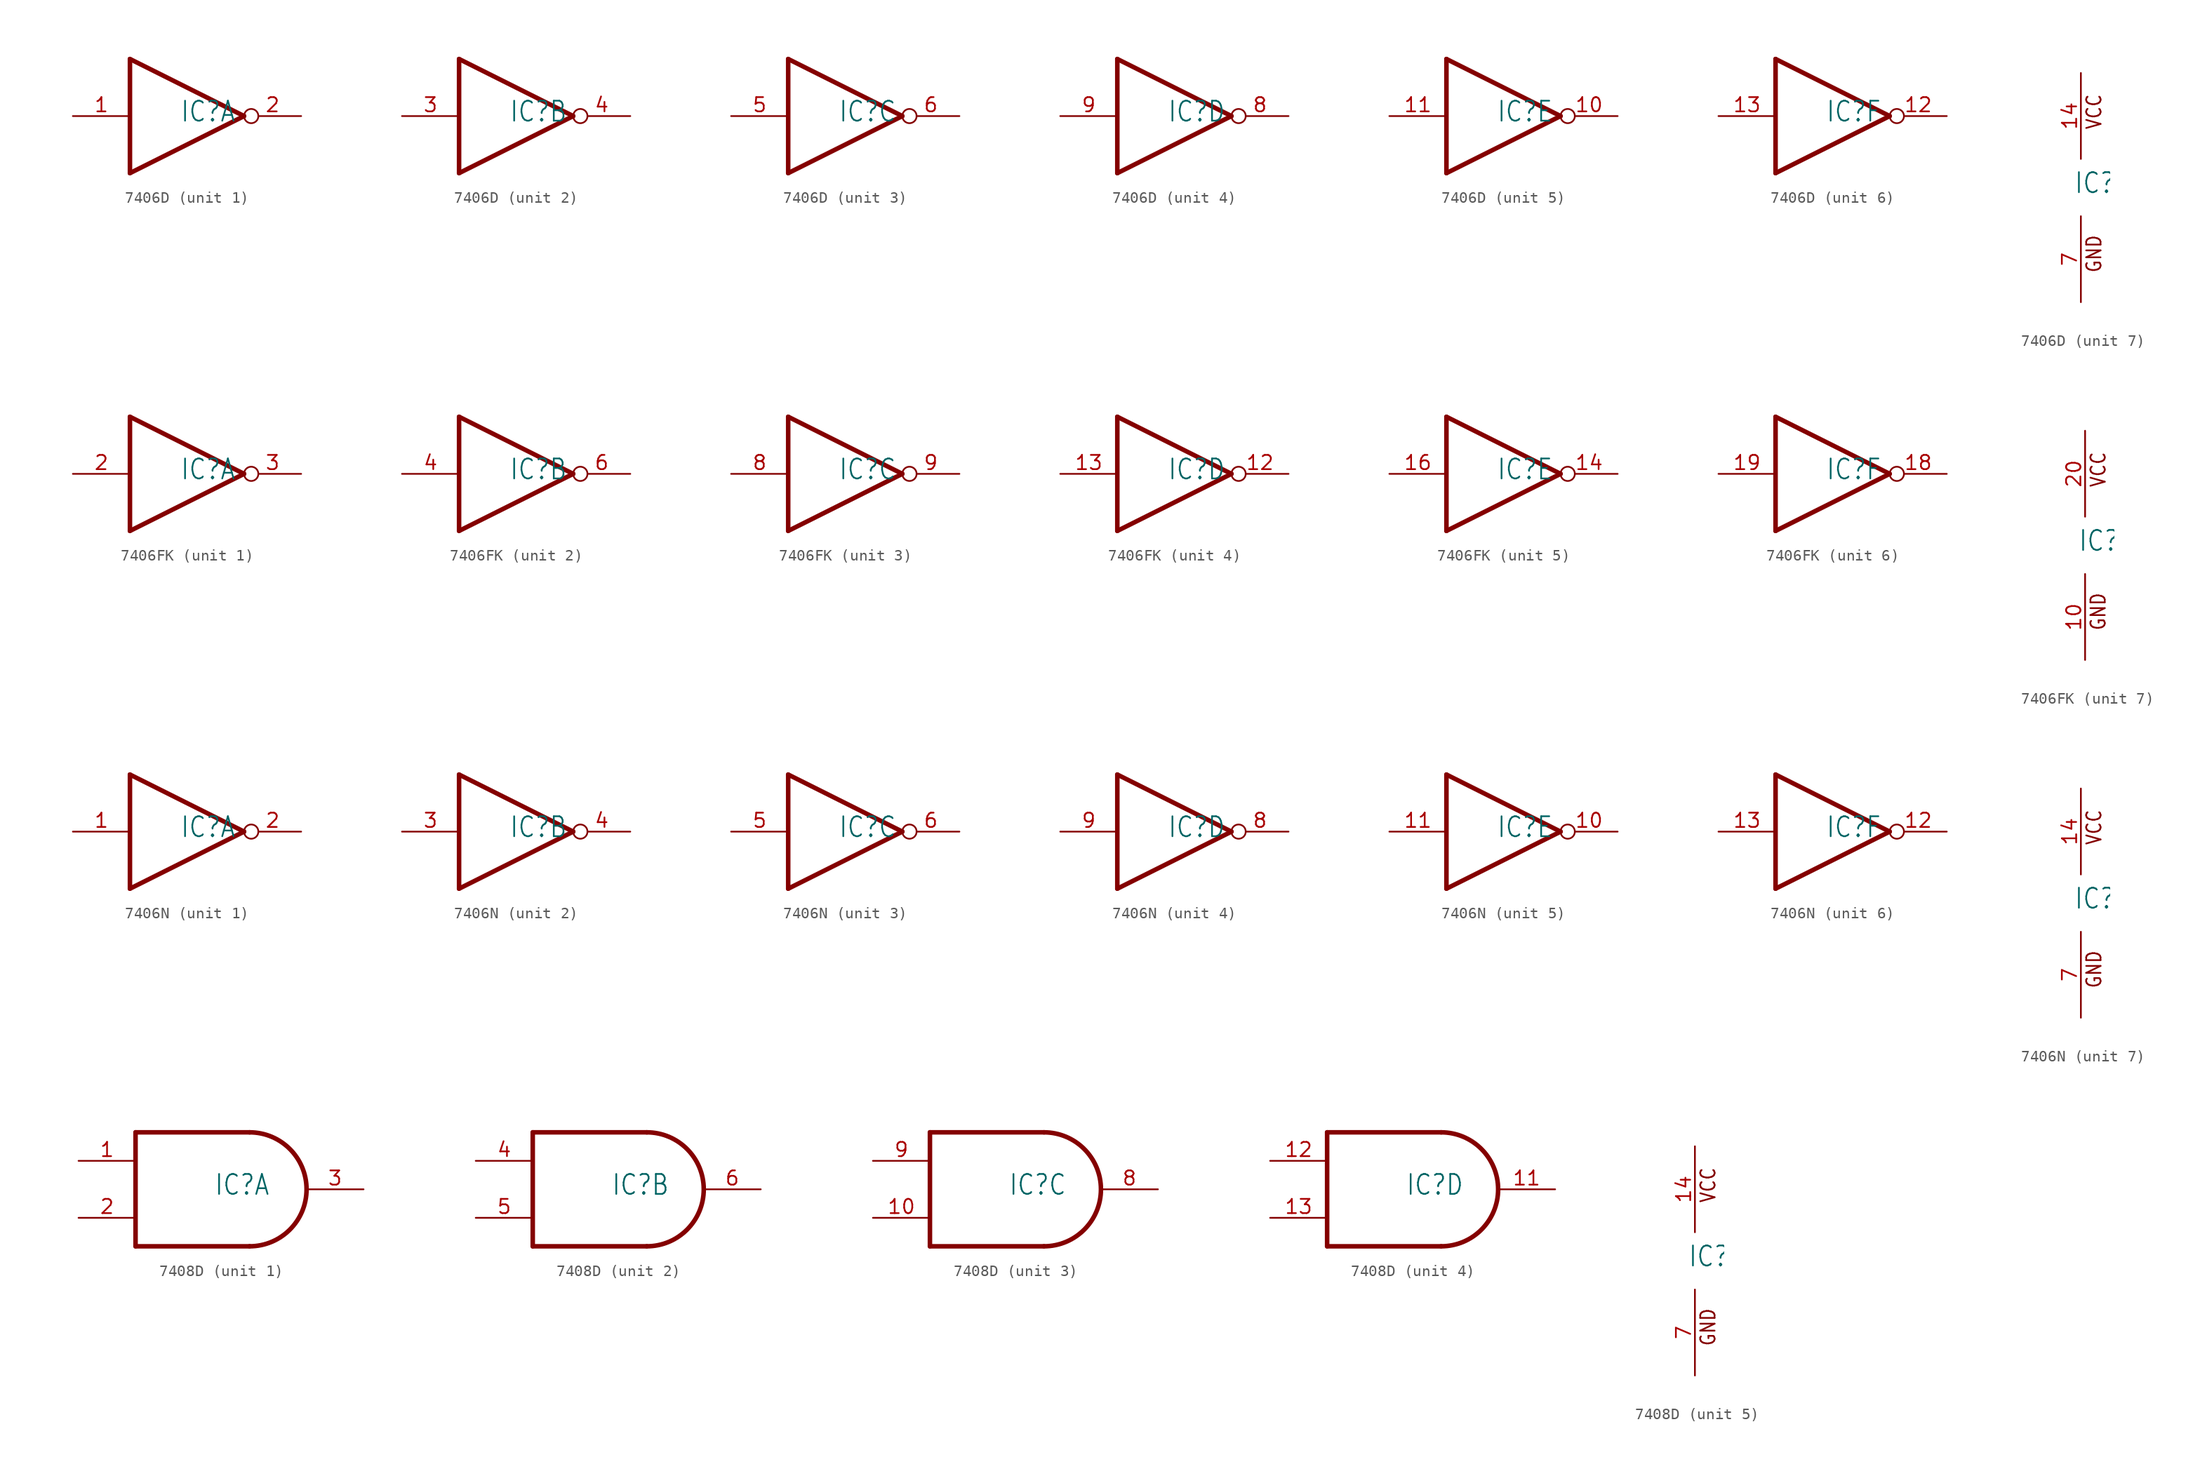
<source format=kicad_sym>
(kicad_symbol_lib
  (version 20220914)
  (generator kicad_symbol_editor)
  (symbol "7406D"
    (property "Reference" "IC"
      (at -0.635 -0.635 0)
      (effects (font (size 1.778 1.511)) (justify left bottom)))
    (property "ki_locked" ""
      (at 0 0 0)
      (effects (font (size 1.27 1.27))))
    (symbol "7406D_1_0"
      (polyline (pts (xy -5.08 -5.08) (xy -5.08 5.08)) (stroke (width 0.406) (type default)) (fill (type none)))
      (polyline (pts (xy -5.08 5.08) (xy 5.08 0)) (stroke (width 0.406) (type default)) (fill (type none)))
      (polyline (pts (xy 5.08 0) (xy -5.08 -5.08)) (stroke (width 0.406) (type default)) (fill (type none)))
      (pin input line (at -10.16 0 0) (length 5.08) (name "I" (effects (font (size 0 0)))) (number "1" (effects (font (size 1.27 1.27)))))
      (pin open_collector inverted (at 10.16 0 180) (length 5.08) (name "O" (effects (font (size 0 0)))) (number "2" (effects (font (size 1.27 1.27))))))
    (symbol "7406D_2_0"
      (polyline (pts (xy -5.08 -5.08) (xy -5.08 5.08)) (stroke (width 0.406) (type default)) (fill (type none)))
      (polyline (pts (xy -5.08 5.08) (xy 5.08 0)) (stroke (width 0.406) (type default)) (fill (type none)))
      (polyline (pts (xy 5.08 0) (xy -5.08 -5.08)) (stroke (width 0.406) (type default)) (fill (type none)))
      (pin input line (at -10.16 0 0) (length 5.08) (name "I" (effects (font (size 0 0)))) (number "3" (effects (font (size 1.27 1.27)))))
      (pin open_collector inverted (at 10.16 0 180) (length 5.08) (name "O" (effects (font (size 0 0)))) (number "4" (effects (font (size 1.27 1.27))))))
    (symbol "7406D_3_0"
      (polyline (pts (xy -5.08 -5.08) (xy -5.08 5.08)) (stroke (width 0.406) (type default)) (fill (type none)))
      (polyline (pts (xy -5.08 5.08) (xy 5.08 0)) (stroke (width 0.406) (type default)) (fill (type none)))
      (polyline (pts (xy 5.08 0) (xy -5.08 -5.08)) (stroke (width 0.406) (type default)) (fill (type none)))
      (pin input line (at -10.16 0 0) (length 5.08) (name "I" (effects (font (size 0 0)))) (number "5" (effects (font (size 1.27 1.27)))))
      (pin open_collector inverted (at 10.16 0 180) (length 5.08) (name "O" (effects (font (size 0 0)))) (number "6" (effects (font (size 1.27 1.27))))))
    (symbol "7406D_4_0"
      (polyline (pts (xy -5.08 -5.08) (xy -5.08 5.08)) (stroke (width 0.406) (type default)) (fill (type none)))
      (polyline (pts (xy -5.08 5.08) (xy 5.08 0)) (stroke (width 0.406) (type default)) (fill (type none)))
      (polyline (pts (xy 5.08 0) (xy -5.08 -5.08)) (stroke (width 0.406) (type default)) (fill (type none)))
      (pin open_collector inverted (at 10.16 0 180) (length 5.08) (name "O" (effects (font (size 0 0)))) (number "8" (effects (font (size 1.27 1.27)))))
      (pin input line (at -10.16 0 0) (length 5.08) (name "I" (effects (font (size 0 0)))) (number "9" (effects (font (size 1.27 1.27))))))
    (symbol "7406D_5_0"
      (polyline (pts (xy -5.08 -5.08) (xy -5.08 5.08)) (stroke (width 0.406) (type default)) (fill (type none)))
      (polyline (pts (xy -5.08 5.08) (xy 5.08 0)) (stroke (width 0.406) (type default)) (fill (type none)))
      (polyline (pts (xy 5.08 0) (xy -5.08 -5.08)) (stroke (width 0.406) (type default)) (fill (type none)))
      (pin open_collector inverted (at 10.16 0 180) (length 5.08) (name "O" (effects (font (size 0 0)))) (number "10" (effects (font (size 1.27 1.27)))))
      (pin input line (at -10.16 0 0) (length 5.08) (name "I" (effects (font (size 0 0)))) (number "11" (effects (font (size 1.27 1.27))))))
    (symbol "7406D_6_0"
      (polyline (pts (xy -5.08 -5.08) (xy -5.08 5.08)) (stroke (width 0.406) (type default)) (fill (type none)))
      (polyline (pts (xy -5.08 5.08) (xy 5.08 0)) (stroke (width 0.406) (type default)) (fill (type none)))
      (polyline (pts (xy 5.08 0) (xy -5.08 -5.08)) (stroke (width 0.406) (type default)) (fill (type none)))
      (pin open_collector inverted (at 10.16 0 180) (length 5.08) (name "O" (effects (font (size 0 0)))) (number "12" (effects (font (size 1.27 1.27)))))
      (pin input line (at -10.16 0 0) (length 5.08) (name "I" (effects (font (size 0 0)))) (number "13" (effects (font (size 1.27 1.27))))))
    (symbol "7406D_7_0"
      (text "GND" (at 1.905 -7.62 900) (effects (font (size 1.27 1.079)) (justify left bottom)))
      (text "VCC" (at 1.905 5.08 900) (effects (font (size 1.27 1.079)) (justify left bottom)))
      (pin power_in line (at 0 10.16 270) (length 7.62) (name "VCC" (effects (font (size 0 0)))) (number "14" (effects (font (size 1.27 1.27)))))
      (pin power_in line (at 0 -10.16 90) (length 7.62) (name "GND" (effects (font (size 0 0)))) (number "7" (effects (font (size 1.27 1.27)))))))
  (symbol "7406FK"
    (property "Reference" "IC"
      (at -0.635 -0.635 0)
      (effects (font (size 1.778 1.511)) (justify left bottom)))
    (property "ki_locked" ""
      (at 0 0 0)
      (effects (font (size 1.27 1.27))))
    (symbol "7406FK_1_0"
      (polyline (pts (xy -5.08 -5.08) (xy -5.08 5.08)) (stroke (width 0.406) (type default)) (fill (type none)))
      (polyline (pts (xy -5.08 5.08) (xy 5.08 0)) (stroke (width 0.406) (type default)) (fill (type none)))
      (polyline (pts (xy 5.08 0) (xy -5.08 -5.08)) (stroke (width 0.406) (type default)) (fill (type none)))
      (pin input line (at -10.16 0 0) (length 5.08) (name "I" (effects (font (size 0 0)))) (number "2" (effects (font (size 1.27 1.27)))))
      (pin open_collector inverted (at 10.16 0 180) (length 5.08) (name "O" (effects (font (size 0 0)))) (number "3" (effects (font (size 1.27 1.27))))))
    (symbol "7406FK_2_0"
      (polyline (pts (xy -5.08 -5.08) (xy -5.08 5.08)) (stroke (width 0.406) (type default)) (fill (type none)))
      (polyline (pts (xy -5.08 5.08) (xy 5.08 0)) (stroke (width 0.406) (type default)) (fill (type none)))
      (polyline (pts (xy 5.08 0) (xy -5.08 -5.08)) (stroke (width 0.406) (type default)) (fill (type none)))
      (pin input line (at -10.16 0 0) (length 5.08) (name "I" (effects (font (size 0 0)))) (number "4" (effects (font (size 1.27 1.27)))))
      (pin open_collector inverted (at 10.16 0 180) (length 5.08) (name "O" (effects (font (size 0 0)))) (number "6" (effects (font (size 1.27 1.27))))))
    (symbol "7406FK_3_0"
      (polyline (pts (xy -5.08 -5.08) (xy -5.08 5.08)) (stroke (width 0.406) (type default)) (fill (type none)))
      (polyline (pts (xy -5.08 5.08) (xy 5.08 0)) (stroke (width 0.406) (type default)) (fill (type none)))
      (polyline (pts (xy 5.08 0) (xy -5.08 -5.08)) (stroke (width 0.406) (type default)) (fill (type none)))
      (pin input line (at -10.16 0 0) (length 5.08) (name "I" (effects (font (size 0 0)))) (number "8" (effects (font (size 1.27 1.27)))))
      (pin open_collector inverted (at 10.16 0 180) (length 5.08) (name "O" (effects (font (size 0 0)))) (number "9" (effects (font (size 1.27 1.27))))))
    (symbol "7406FK_4_0"
      (polyline (pts (xy -5.08 -5.08) (xy -5.08 5.08)) (stroke (width 0.406) (type default)) (fill (type none)))
      (polyline (pts (xy -5.08 5.08) (xy 5.08 0)) (stroke (width 0.406) (type default)) (fill (type none)))
      (polyline (pts (xy 5.08 0) (xy -5.08 -5.08)) (stroke (width 0.406) (type default)) (fill (type none)))
      (pin open_collector inverted (at 10.16 0 180) (length 5.08) (name "O" (effects (font (size 0 0)))) (number "12" (effects (font (size 1.27 1.27)))))
      (pin input line (at -10.16 0 0) (length 5.08) (name "I" (effects (font (size 0 0)))) (number "13" (effects (font (size 1.27 1.27))))))
    (symbol "7406FK_5_0"
      (polyline (pts (xy -5.08 -5.08) (xy -5.08 5.08)) (stroke (width 0.406) (type default)) (fill (type none)))
      (polyline (pts (xy -5.08 5.08) (xy 5.08 0)) (stroke (width 0.406) (type default)) (fill (type none)))
      (polyline (pts (xy 5.08 0) (xy -5.08 -5.08)) (stroke (width 0.406) (type default)) (fill (type none)))
      (pin open_collector inverted (at 10.16 0 180) (length 5.08) (name "O" (effects (font (size 0 0)))) (number "14" (effects (font (size 1.27 1.27)))))
      (pin input line (at -10.16 0 0) (length 5.08) (name "I" (effects (font (size 0 0)))) (number "16" (effects (font (size 1.27 1.27))))))
    (symbol "7406FK_6_0"
      (polyline (pts (xy -5.08 -5.08) (xy -5.08 5.08)) (stroke (width 0.406) (type default)) (fill (type none)))
      (polyline (pts (xy -5.08 5.08) (xy 5.08 0)) (stroke (width 0.406) (type default)) (fill (type none)))
      (polyline (pts (xy 5.08 0) (xy -5.08 -5.08)) (stroke (width 0.406) (type default)) (fill (type none)))
      (pin open_collector inverted (at 10.16 0 180) (length 5.08) (name "O" (effects (font (size 0 0)))) (number "18" (effects (font (size 1.27 1.27)))))
      (pin input line (at -10.16 0 0) (length 5.08) (name "I" (effects (font (size 0 0)))) (number "19" (effects (font (size 1.27 1.27))))))
    (symbol "7406FK_7_0"
      (text "GND" (at 1.905 -7.62 900) (effects (font (size 1.27 1.079)) (justify left bottom)))
      (text "VCC" (at 1.905 5.08 900) (effects (font (size 1.27 1.079)) (justify left bottom)))
      (pin power_in line (at 0 -10.16 90) (length 7.62) (name "GND" (effects (font (size 0 0)))) (number "10" (effects (font (size 1.27 1.27)))))
      (pin power_in line (at 0 10.16 270) (length 7.62) (name "VCC" (effects (font (size 0 0)))) (number "20" (effects (font (size 1.27 1.27)))))))
  (symbol "7406N"
    (property "Reference" "IC"
      (at -0.635 -0.635 0)
      (effects (font (size 1.778 1.511)) (justify left bottom)))
    (property "ki_locked" ""
      (at 0 0 0)
      (effects (font (size 1.27 1.27))))
    (symbol "7406N_1_0"
      (polyline (pts (xy -5.08 -5.08) (xy -5.08 5.08)) (stroke (width 0.406) (type default)) (fill (type none)))
      (polyline (pts (xy -5.08 5.08) (xy 5.08 0)) (stroke (width 0.406) (type default)) (fill (type none)))
      (polyline (pts (xy 5.08 0) (xy -5.08 -5.08)) (stroke (width 0.406) (type default)) (fill (type none)))
      (pin input line (at -10.16 0 0) (length 5.08) (name "I" (effects (font (size 0 0)))) (number "1" (effects (font (size 1.27 1.27)))))
      (pin open_collector inverted (at 10.16 0 180) (length 5.08) (name "O" (effects (font (size 0 0)))) (number "2" (effects (font (size 1.27 1.27))))))
    (symbol "7406N_2_0"
      (polyline (pts (xy -5.08 -5.08) (xy -5.08 5.08)) (stroke (width 0.406) (type default)) (fill (type none)))
      (polyline (pts (xy -5.08 5.08) (xy 5.08 0)) (stroke (width 0.406) (type default)) (fill (type none)))
      (polyline (pts (xy 5.08 0) (xy -5.08 -5.08)) (stroke (width 0.406) (type default)) (fill (type none)))
      (pin input line (at -10.16 0 0) (length 5.08) (name "I" (effects (font (size 0 0)))) (number "3" (effects (font (size 1.27 1.27)))))
      (pin open_collector inverted (at 10.16 0 180) (length 5.08) (name "O" (effects (font (size 0 0)))) (number "4" (effects (font (size 1.27 1.27))))))
    (symbol "7406N_3_0"
      (polyline (pts (xy -5.08 -5.08) (xy -5.08 5.08)) (stroke (width 0.406) (type default)) (fill (type none)))
      (polyline (pts (xy -5.08 5.08) (xy 5.08 0)) (stroke (width 0.406) (type default)) (fill (type none)))
      (polyline (pts (xy 5.08 0) (xy -5.08 -5.08)) (stroke (width 0.406) (type default)) (fill (type none)))
      (pin input line (at -10.16 0 0) (length 5.08) (name "I" (effects (font (size 0 0)))) (number "5" (effects (font (size 1.27 1.27)))))
      (pin open_collector inverted (at 10.16 0 180) (length 5.08) (name "O" (effects (font (size 0 0)))) (number "6" (effects (font (size 1.27 1.27))))))
    (symbol "7406N_4_0"
      (polyline (pts (xy -5.08 -5.08) (xy -5.08 5.08)) (stroke (width 0.406) (type default)) (fill (type none)))
      (polyline (pts (xy -5.08 5.08) (xy 5.08 0)) (stroke (width 0.406) (type default)) (fill (type none)))
      (polyline (pts (xy 5.08 0) (xy -5.08 -5.08)) (stroke (width 0.406) (type default)) (fill (type none)))
      (pin open_collector inverted (at 10.16 0 180) (length 5.08) (name "O" (effects (font (size 0 0)))) (number "8" (effects (font (size 1.27 1.27)))))
      (pin input line (at -10.16 0 0) (length 5.08) (name "I" (effects (font (size 0 0)))) (number "9" (effects (font (size 1.27 1.27))))))
    (symbol "7406N_5_0"
      (polyline (pts (xy -5.08 -5.08) (xy -5.08 5.08)) (stroke (width 0.406) (type default)) (fill (type none)))
      (polyline (pts (xy -5.08 5.08) (xy 5.08 0)) (stroke (width 0.406) (type default)) (fill (type none)))
      (polyline (pts (xy 5.08 0) (xy -5.08 -5.08)) (stroke (width 0.406) (type default)) (fill (type none)))
      (pin open_collector inverted (at 10.16 0 180) (length 5.08) (name "O" (effects (font (size 0 0)))) (number "10" (effects (font (size 1.27 1.27)))))
      (pin input line (at -10.16 0 0) (length 5.08) (name "I" (effects (font (size 0 0)))) (number "11" (effects (font (size 1.27 1.27))))))
    (symbol "7406N_6_0"
      (polyline (pts (xy -5.08 -5.08) (xy -5.08 5.08)) (stroke (width 0.406) (type default)) (fill (type none)))
      (polyline (pts (xy -5.08 5.08) (xy 5.08 0)) (stroke (width 0.406) (type default)) (fill (type none)))
      (polyline (pts (xy 5.08 0) (xy -5.08 -5.08)) (stroke (width 0.406) (type default)) (fill (type none)))
      (pin open_collector inverted (at 10.16 0 180) (length 5.08) (name "O" (effects (font (size 0 0)))) (number "12" (effects (font (size 1.27 1.27)))))
      (pin input line (at -10.16 0 0) (length 5.08) (name "I" (effects (font (size 0 0)))) (number "13" (effects (font (size 1.27 1.27))))))
    (symbol "7406N_7_0"
      (text "GND" (at 1.905 -7.62 900) (effects (font (size 1.27 1.079)) (justify left bottom)))
      (text "VCC" (at 1.905 5.08 900) (effects (font (size 1.27 1.079)) (justify left bottom)))
      (pin power_in line (at 0 10.16 270) (length 7.62) (name "VCC" (effects (font (size 0 0)))) (number "14" (effects (font (size 1.27 1.27)))))
      (pin power_in line (at 0 -10.16 90) (length 7.62) (name "GND" (effects (font (size 0 0)))) (number "7" (effects (font (size 1.27 1.27)))))))
  (symbol "7408D"
    (property "Reference" "IC"
      (at -0.635 -0.635 0)
      (effects (font (size 1.778 1.511)) (justify left bottom)))
    (property "ki_locked" ""
      (at 0 0 0)
      (effects (font (size 1.27 1.27))))
    (symbol "7408D_1_0"
      (polyline (pts (xy -7.62 -5.08) (xy 2.54 -5.08)) (stroke (width 0.406) (type default)) (fill (type none)))
      (polyline (pts (xy -7.62 5.08) (xy -7.62 -5.08)) (stroke (width 0.406) (type default)) (fill (type none)))
      (polyline (pts (xy 2.54 5.08) (xy -7.62 5.08)) (stroke (width 0.406) (type default)) (fill (type none)))
      (arc (start 2.54 -5.08) (mid 7.6199 0) (end 2.54 5.08) (stroke (width 0.4064) (type default)) (fill (type none)))
      (pin input line (at -12.7 2.54 0) (length 5.08) (name "I0" (effects (font (size 0 0)))) (number "1" (effects (font (size 1.27 1.27)))))
      (pin input line (at -12.7 -2.54 0) (length 5.08) (name "I1" (effects (font (size 0 0)))) (number "2" (effects (font (size 1.27 1.27)))))
      (pin output line (at 12.7 0 180) (length 5.08) (name "O" (effects (font (size 0 0)))) (number "3" (effects (font (size 1.27 1.27))))))
    (symbol "7408D_2_0"
      (polyline (pts (xy -7.62 -5.08) (xy 2.54 -5.08)) (stroke (width 0.406) (type default)) (fill (type none)))
      (polyline (pts (xy -7.62 5.08) (xy -7.62 -5.08)) (stroke (width 0.406) (type default)) (fill (type none)))
      (polyline (pts (xy 2.54 5.08) (xy -7.62 5.08)) (stroke (width 0.406) (type default)) (fill (type none)))
      (arc (start 2.54 -5.08) (mid 7.6199 0) (end 2.54 5.08) (stroke (width 0.4064) (type default)) (fill (type none)))
      (pin input line (at -12.7 2.54 0) (length 5.08) (name "I0" (effects (font (size 0 0)))) (number "4" (effects (font (size 1.27 1.27)))))
      (pin input line (at -12.7 -2.54 0) (length 5.08) (name "I1" (effects (font (size 0 0)))) (number "5" (effects (font (size 1.27 1.27)))))
      (pin output line (at 12.7 0 180) (length 5.08) (name "O" (effects (font (size 0 0)))) (number "6" (effects (font (size 1.27 1.27))))))
    (symbol "7408D_3_0"
      (polyline (pts (xy -7.62 -5.08) (xy 2.54 -5.08)) (stroke (width 0.406) (type default)) (fill (type none)))
      (polyline (pts (xy -7.62 5.08) (xy -7.62 -5.08)) (stroke (width 0.406) (type default)) (fill (type none)))
      (polyline (pts (xy 2.54 5.08) (xy -7.62 5.08)) (stroke (width 0.406) (type default)) (fill (type none)))
      (arc (start 2.54 -5.08) (mid 7.6199 0) (end 2.54 5.08) (stroke (width 0.4064) (type default)) (fill (type none)))
      (pin input line (at -12.7 -2.54 0) (length 5.08) (name "I1" (effects (font (size 0 0)))) (number "10" (effects (font (size 1.27 1.27)))))
      (pin output line (at 12.7 0 180) (length 5.08) (name "O" (effects (font (size 0 0)))) (number "8" (effects (font (size 1.27 1.27)))))
      (pin input line (at -12.7 2.54 0) (length 5.08) (name "I0" (effects (font (size 0 0)))) (number "9" (effects (font (size 1.27 1.27))))))
    (symbol "7408D_4_0"
      (polyline (pts (xy -7.62 -5.08) (xy 2.54 -5.08)) (stroke (width 0.406) (type default)) (fill (type none)))
      (polyline (pts (xy -7.62 5.08) (xy -7.62 -5.08)) (stroke (width 0.406) (type default)) (fill (type none)))
      (polyline (pts (xy 2.54 5.08) (xy -7.62 5.08)) (stroke (width 0.406) (type default)) (fill (type none)))
      (arc (start 2.54 -5.08) (mid 7.6199 0) (end 2.54 5.08) (stroke (width 0.4064) (type default)) (fill (type none)))
      (pin output line (at 12.7 0 180) (length 5.08) (name "O" (effects (font (size 0 0)))) (number "11" (effects (font (size 1.27 1.27)))))
      (pin input line (at -12.7 2.54 0) (length 5.08) (name "I0" (effects (font (size 0 0)))) (number "12" (effects (font (size 1.27 1.27)))))
      (pin input line (at -12.7 -2.54 0) (length 5.08) (name "I1" (effects (font (size 0 0)))) (number "13" (effects (font (size 1.27 1.27))))))
    (symbol "7408D_5_0"
      (text "GND" (at 1.905 -7.62 900) (effects (font (size 1.27 1.079)) (justify left bottom)))
      (text "VCC" (at 1.905 5.08 900) (effects (font (size 1.27 1.079)) (justify left bottom)))
      (pin power_in line (at 0 10.16 270) (length 7.62) (name "VCC" (effects (font (size 0 0)))) (number "14" (effects (font (size 1.27 1.27)))))
      (pin power_in line (at 0 -10.16 90) (length 7.62) (name "GND" (effects (font (size 0 0)))) (number "7" (effects (font (size 1.27 1.27))))))))
</source>
